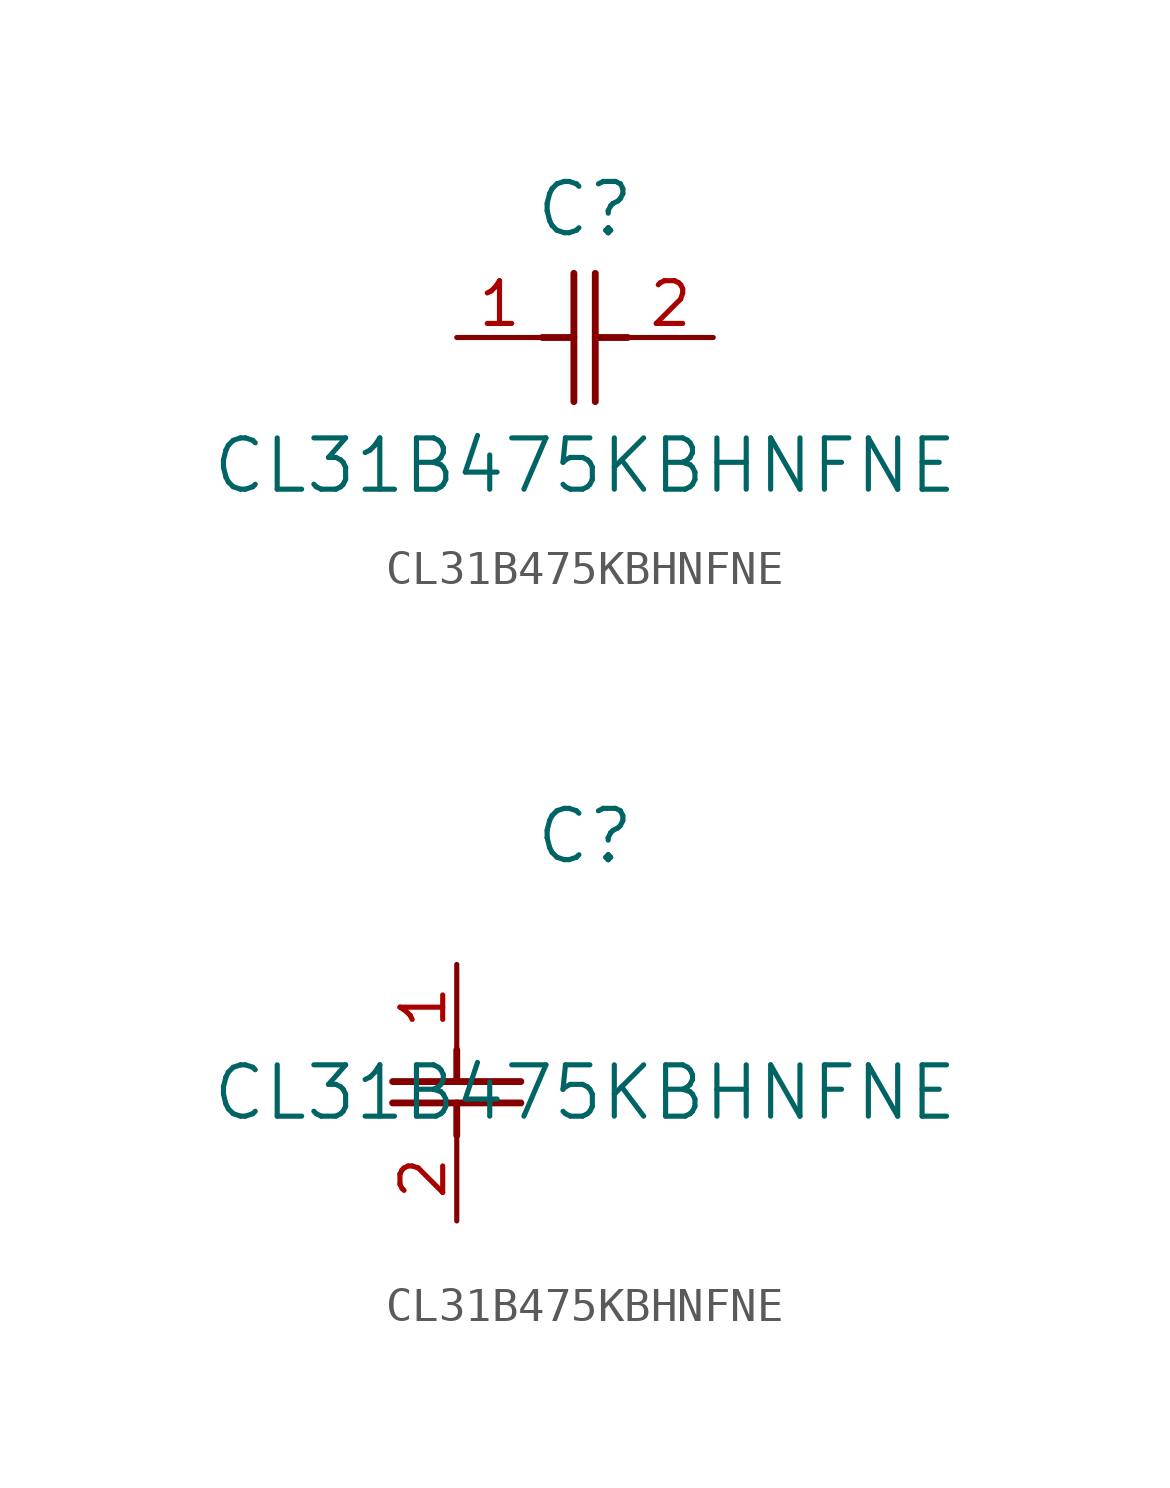
<source format=kicad_sym>
(kicad_symbol_lib
  (version 20211014)
  (generator kicad_symbol_editor)
  (symbol "CL31B475KBHNFNE"
    (pin_names
      (offset 0.254))
    (property "Reference" "C"
      (at 3.81 3.81 0)
      (effects (font (size 1.524 1.524))))
    (property "Value" "CL31B475KBHNFNE"
      (at 3.81 -3.81 0)
      (effects (font (size 1.524 1.524))))
    (symbol "CL31B475KBHNFNE_1_1"
      (polyline (pts (xy 3.48 -1.905) (xy 3.48 1.905)) (stroke (width 0.203) (type default) (color 0 0 0 0)) (fill (type none)))
      (polyline (pts (xy 4.115 -1.905) (xy 4.115 1.905)) (stroke (width 0.203) (type default) (color 0 0 0 0)) (fill (type none)))
      (polyline (pts (xy 4.115 0) (xy 5.08 0)) (stroke (width 0.203) (type default) (color 0 0 0 0)) (fill (type none)))
      (polyline (pts (xy 2.54 0) (xy 3.48 0)) (stroke (width 0.203) (type default) (color 0 0 0 0)) (fill (type none)))
      (pin unspecified line (at 0 0 0) (length 2.54) (name "" (effects (font (size 1.27 1.27)))) (number "1" (effects (font (size 1.27 1.27)))))
      (pin unspecified line (at 7.62 0 180) (length 2.54) (name "" (effects (font (size 1.27 1.27)))) (number "2" (effects (font (size 1.27 1.27))))))
    (symbol "CL31B475KBHNFNE_1_2"
      (polyline (pts (xy -1.905 -3.48) (xy 1.905 -3.48)) (stroke (width 0.203) (type default) (color 0 0 0 0)) (fill (type none)))
      (polyline (pts (xy -1.905 -4.115) (xy 1.905 -4.115)) (stroke (width 0.203) (type default) (color 0 0 0 0)) (fill (type none)))
      (polyline (pts (xy 0 -4.115) (xy 0 -5.08)) (stroke (width 0.203) (type default) (color 0 0 0 0)) (fill (type none)))
      (polyline (pts (xy 0 -2.54) (xy 0 -3.48)) (stroke (width 0.203) (type default) (color 0 0 0 0)) (fill (type none)))
      (pin unspecified line (at 0 0 270) (length 2.54) (name "" (effects (font (size 1.27 1.27)))) (number "1" (effects (font (size 1.27 1.27)))))
      (pin unspecified line (at 0 -7.62 90) (length 2.54) (name "" (effects (font (size 1.27 1.27)))) (number "2" (effects (font (size 1.27 1.27))))))))
</source>
